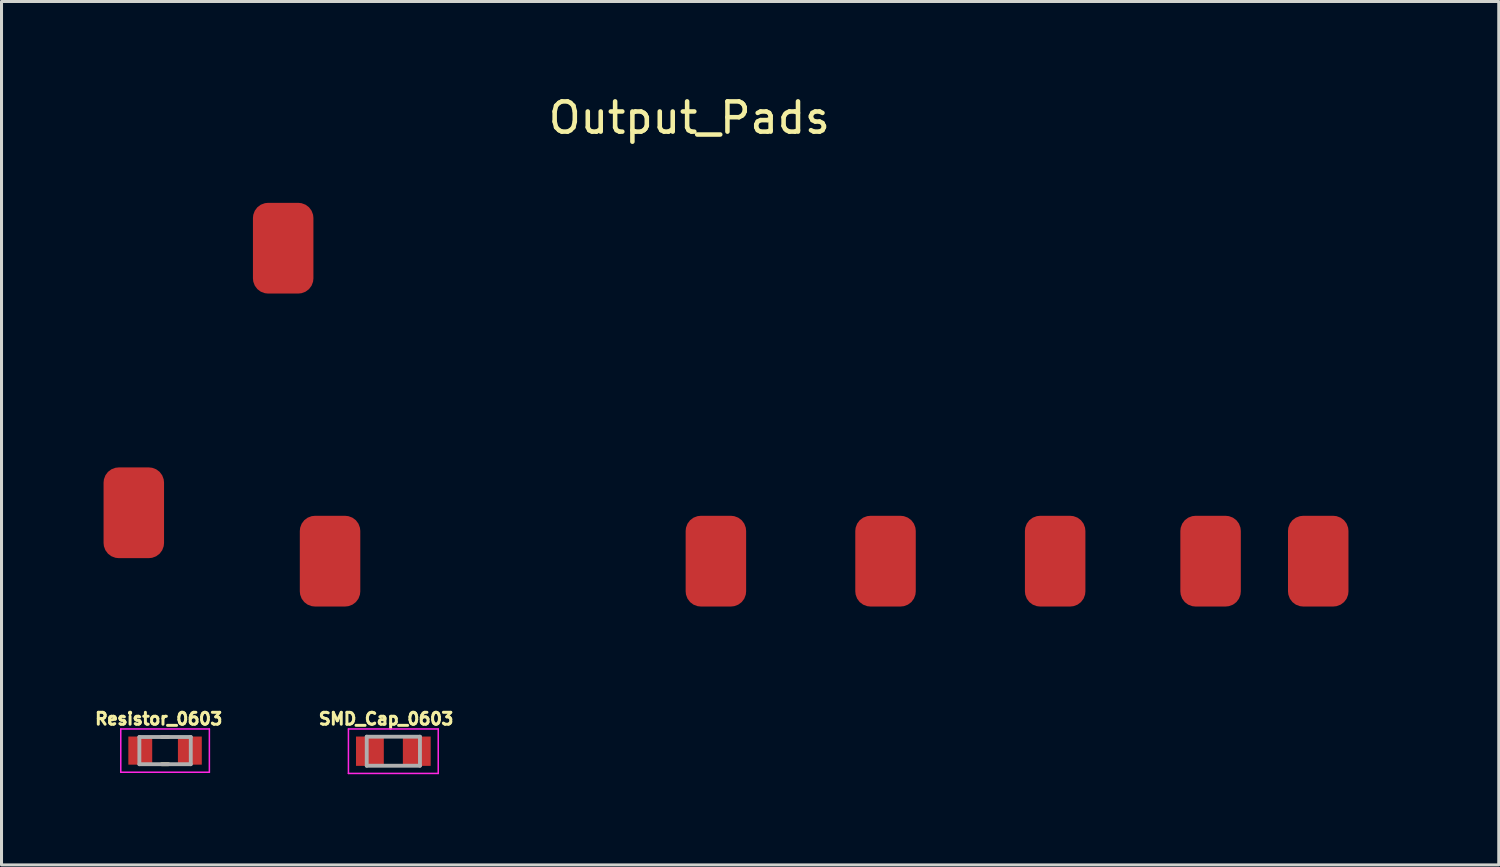
<source format=kicad_pcb>
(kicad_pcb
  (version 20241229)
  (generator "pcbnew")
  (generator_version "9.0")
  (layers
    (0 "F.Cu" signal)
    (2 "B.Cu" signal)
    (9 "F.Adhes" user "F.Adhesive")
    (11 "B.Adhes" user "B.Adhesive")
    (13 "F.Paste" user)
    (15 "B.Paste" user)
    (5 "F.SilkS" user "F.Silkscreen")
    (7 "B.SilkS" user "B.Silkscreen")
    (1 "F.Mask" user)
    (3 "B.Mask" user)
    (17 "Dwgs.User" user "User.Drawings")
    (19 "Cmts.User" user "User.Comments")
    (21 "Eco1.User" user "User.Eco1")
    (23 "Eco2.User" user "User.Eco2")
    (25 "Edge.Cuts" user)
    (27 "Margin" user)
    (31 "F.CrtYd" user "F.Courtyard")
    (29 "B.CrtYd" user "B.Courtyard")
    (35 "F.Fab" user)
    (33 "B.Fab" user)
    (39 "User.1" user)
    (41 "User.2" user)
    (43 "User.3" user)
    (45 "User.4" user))
  (footprint "SMD_Cap_0603"
    (layer "F.Cu")
    (at 9.958 21.793)
    (property "Reference" "SMD_Cap_0603" (at -0.24 -1.07 0) (layer "F.SilkS") (effects (font (size 0.394 0.394) (thickness 0.098))))
    (attr through_hole)
    (fp_line (start -1.485 -0.735) (end 1.485 -0.735) (stroke (width 0.05) (type solid)) (layer "F.CrtYd"))
    (fp_line (start -1.485 0.735) (end -1.485 -0.735) (stroke (width 0.05) (type solid)) (layer "F.CrtYd"))
    (fp_line (start -1.485 0.735) (end 1.485 0.735) (stroke (width 0.05) (type solid)) (layer "F.CrtYd"))
    (fp_line (start 1.485 0.735) (end 1.485 -0.735) (stroke (width 0.05) (type solid)) (layer "F.CrtYd"))
    (fp_line (start -0.88 0.48) (end -0.88 -0.48) (stroke (width 0.127) (type solid)) (layer "F.Fab"))
    (fp_line (start 0.88 -0.48) (end -0.88 -0.48) (stroke (width 0.127) (type solid)) (layer "F.Fab"))
    (fp_line (start 0.88 0.48) (end -0.88 0.48) (stroke (width 0.127) (type solid)) (layer "F.Fab"))
    (fp_line (start 0.88 0.48) (end 0.88 -0.48) (stroke (width 0.127) (type solid)) (layer "F.Fab"))
    (pad "1" smd rect (at -0.775 0) (size 0.92 0.97) (layers "F.Cu" "F.Mask" "F.Paste"))
    (pad "2" smd rect (at 0.775 0) (size 0.92 0.97) (layers "F.Cu" "F.Mask" "F.Paste")))
  (footprint "Resistor_0603"
    (layer "F.Cu")
    (at 2.409 21.773)
    (property "Reference" "Resistor_0603" (at -0.21 -1.05 0) (layer "F.SilkS") (effects (font (size 0.394 0.394) (thickness 0.098))))
    (attr through_hole)
    (fp_line (start -0.11 -0.45) (end 0.11 -0.45) (stroke (width 0.127) (type solid)) (layer "F.SilkS"))
    (fp_line (start -0.11 0.45) (end 0.11 0.45) (stroke (width 0.127) (type solid)) (layer "F.SilkS"))
    (fp_line (start -1.465 -0.715) (end 1.465 -0.715) (stroke (width 0.05) (type solid)) (layer "F.CrtYd"))
    (fp_line (start -1.465 0.715) (end -1.465 -0.715) (stroke (width 0.05) (type solid)) (layer "F.CrtYd"))
    (fp_line (start -1.465 0.715) (end 1.465 0.715) (stroke (width 0.05) (type solid)) (layer "F.CrtYd"))
    (fp_line (start 1.465 0.715) (end 1.465 -0.715) (stroke (width 0.05) (type solid)) (layer "F.CrtYd"))
    (fp_line (start -0.85 0.45) (end -0.85 -0.45) (stroke (width 0.127) (type solid)) (layer "F.Fab"))
    (fp_line (start 0.85 -0.45) (end -0.85 -0.45) (stroke (width 0.127) (type solid)) (layer "F.Fab"))
    (fp_line (start 0.85 0.45) (end -0.85 0.45) (stroke (width 0.127) (type solid)) (layer "F.Fab"))
    (fp_line (start 0.85 0.45) (end 0.85 -0.45) (stroke (width 0.127) (type solid)) (layer "F.Fab"))
    (pad "1" smd rect (at -0.82 0) (size 0.79 0.93) (layers "F.Cu" "F.Mask" "F.Paste"))
    (pad "2" smd rect (at 0.82 0) (size 0.79 0.93) (layers "F.Cu" "F.Mask" "F.Paste")))
  (footprint "Output_Pads"
    (layer "F.Cu")
    (at 21.745 10.068)
    (property "Reference" "Output_Pads" (at -2 -9.22 0) (layer "F.SilkS") (effects (font (size 1 1) (thickness 0.15))))
    (attr through_hole)
    (fp_poly (pts (xy 21.765 7.247) (xy -21.74 7.247) (xy -21.74 5.235) (xy -18.42 5.235) (xy -18.42 5.89) (xy -16.651 5.89) (xy -16.651 5.235) (xy -18.42 5.235) (xy -21.74 5.235) (xy -21.74 4.195) (xy -9.452 4.195) (xy -9.43 4.465) (xy -9.366 4.717) (xy -9.264 4.948) (xy -9.127 5.155) (xy -8.959 5.335) (xy -8.764 5.484) (xy -8.546 5.601) (xy -8.309 5.682) (xy -8.057 5.724) (xy -7.793 5.724) (xy -7.527 5.681) (xy -7.316 5.609) (xy -7.107 5.499) (xy -6.915 5.362) (xy -6.752 5.205) (xy -6.707 5.15) (xy -6.566 4.926) (xy -6.465 4.683) (xy -6.406 4.428) (xy -6.389 4.166) (xy -6.414 3.906) (xy -6.483 3.653) (xy -6.548 3.502) (xy -6.69 3.27) (xy -6.864 3.074) (xy -7.072 2.912) (xy -7.278 2.8) (xy -7.445 2.733) (xy -7.603 2.691) (xy -7.773 2.67) (xy -7.921 2.666) (xy -8.192 2.687) (xy -8.439 2.747) (xy -8.666 2.85) (xy -8.878 2.998) (xy -9.005 3.114) (xy -9.181 3.319) (xy -9.312 3.537) (xy -9.399 3.772) (xy -9.444 4.028) (xy -9.452 4.195) (xy -21.74 4.195) (xy -21.74 1.672) (xy -20.431 1.672) (xy -20.431 2.206) (xy -18.808 2.206) (xy -18.808 1.672) (xy -20.431 1.672) (xy -21.74 1.672) (xy -21.74 -0.291) (xy -18.42 -0.291) (xy -18.42 0.388) (xy -16.651 0.388) (xy -16.651 -0.291) (xy -18.42 -0.291) (xy -21.74 -0.291) (xy -21.74 -2.229) (xy -7.395 -2.229) (xy -7.391 -2.027) (xy -7.367 -1.878) (xy -7.288 -1.652) (xy -7.169 -1.446) (xy -7.014 -1.266) (xy -6.829 -1.117) (xy -6.619 -1.005) (xy -6.398 -0.935) (xy -6.226 -0.906) (xy -6.07 -0.902) (xy -5.904 -0.923) (xy -5.853 -0.933) (xy -5.618 -1.007) (xy -5.405 -1.121) (xy -5.221 -1.271) (xy -5.067 -1.454) (xy -4.95 -1.666) (xy -4.883 -1.859) (xy -4.859 -1.999) (xy -4.849 -2.162) (xy -4.854 -2.328) (xy -4.873 -2.476) (xy -4.883 -2.517) (xy -4.967 -2.745) (xy -5.091 -2.948) (xy -5.248 -3.123) (xy -5.434 -3.266) (xy -5.645 -3.373) (xy -5.874 -3.441) (xy -6.116 -3.466) (xy -6.124 -3.466) (xy -6.374 -3.443) (xy -6.606 -3.376) (xy -6.818 -3.265) (xy -7.006 -3.114) (xy -7.169 -2.923) (xy -7.252 -2.794) (xy -7.324 -2.628) (xy -7.372 -2.435) (xy -7.395 -2.229) (xy -21.74 -2.229) (xy -21.74 -3.975) (xy -20.431 -3.975) (xy -20.431 -3.32) (xy -18.638 -3.32) (xy -18.638 -3.975) (xy -20.431 -3.975) (xy -21.74 -3.975) (xy -21.74 -4.896) (xy 0.772 -4.896) (xy 0.82 -4.817) (xy 0.841 -4.782) (xy 0.883 -4.709) (xy 0.945 -4.602) (xy 1.025 -4.465) (xy 1.12 -4.301) (xy 1.228 -4.115) (xy 1.346 -3.911) (xy 1.473 -3.692) (xy 1.606 -3.462) (xy 2.344 -2.185) (xy 1.631 -0.953) (xy 1.499 -0.726) (xy 1.373 -0.507) (xy 1.254 -0.302) (xy 1.146 -0.115) (xy 1.05 0.05) (xy 0.97 0.19) (xy 0.907 0.299) (xy 0.864 0.374) (xy 0.845 0.406) (xy 0.772 0.533) (xy 11.646 0.533) (xy 12.432 -0.827) (xy 12.596 -1.111) (xy 12.736 -1.357) (xy 12.855 -1.565) (xy 12.954 -1.74) (xy 13.033 -1.883) (xy 13.095 -1.998) (xy 13.141 -2.086) (xy 13.172 -2.151) (xy 13.189 -2.195) (xy 13.193 -2.215) (xy 17.615 -2.215) (xy 17.633 -1.961) (xy 17.691 -1.731) (xy 17.792 -1.523) (xy 17.936 -1.332) (xy 17.983 -1.283) (xy 18.175 -1.122) (xy 18.387 -1.005) (xy 18.615 -0.932) (xy 18.856 -0.904) (xy 19.105 -0.923) (xy 19.159 -0.933) (xy 19.394 -1.007) (xy 19.607 -1.121) (xy 19.792 -1.271) (xy 19.945 -1.454) (xy 20.062 -1.666) (xy 20.129 -1.859) (xy 20.153 -1.999) (xy 20.163 -2.162) (xy 20.158 -2.328) (xy 20.139 -2.476) (xy 20.13 -2.517) (xy 20.045 -2.746) (xy 19.919 -2.951) (xy 19.758 -3.128) (xy 19.565 -3.273) (xy 19.345 -3.382) (xy 19.195 -3.43) (xy 19.034 -3.456) (xy 18.849 -3.46) (xy 18.663 -3.444) (xy 18.494 -3.407) (xy 18.458 -3.395) (xy 18.236 -3.292) (xy 18.043 -3.152) (xy 17.881 -2.98) (xy 17.754 -2.782) (xy 17.667 -2.562) (xy 17.621 -2.325) (xy 17.615 -2.215) (xy 13.193 -2.215) (xy 13.195 -2.22) (xy 13.193 -2.226) (xy 13.177 -2.254) (xy 13.139 -2.32) (xy 13.081 -2.42) (xy 13.005 -2.551) (xy 12.913 -2.71) (xy 12.808 -2.892) (xy 12.691 -3.094) (xy 12.565 -3.312) (xy 12.432 -3.542) (xy 12.41 -3.581) (xy 11.65 -4.896) (xy 0.772 -4.896) (xy -21.74 -4.896) (xy -21.74 -6.398) (xy -18.42 -6.398) (xy -18.42 -5.72) (xy -16.651 -5.72) (xy -16.651 -6.398) (xy -18.42 -6.398) (xy -21.74 -6.398) (xy -21.74 -7.223) (xy 21.765 -7.223) (xy 21.765 7.247)) (stroke (width 0.01) (type solid)) (fill no) (layer "Eco1.User"))
    (pad "1" smd roundrect (at 10.1 5.44 180) (size 2 3) (layers "F.Cu" "F.Mask" "F.Paste") (roundrect_rratio 0.25))
    (pad "2" smd roundrect (at 4.49 5.44 180) (size 2 3) (layers "F.Cu" "F.Mask" "F.Paste") (roundrect_rratio 0.25))
    (pad "3" smd roundrect (at -1.12 5.44 180) (size 2 3) (layers "F.Cu" "F.Mask" "F.Paste") (roundrect_rratio 0.25))
    (pad "4" smd roundrect (at 15.24 5.44 180) (size 2 3) (layers "F.Cu" "F.Mask" "F.Paste") (roundrect_rratio 0.25))
    (pad "5" smd roundrect (at 18.8 5.44 180) (size 2 3) (layers "F.Cu" "F.Mask" "F.Paste") (roundrect_rratio 0.25))
    (pad "6" smd roundrect (at -13.88 5.44 180) (size 2 3) (layers "F.Cu" "F.Mask" "F.Paste") (roundrect_rratio 0.25))
    (pad "7" smd roundrect (at -20.37 3.84 180) (size 2 3) (layers "F.Cu" "F.Mask" "F.Paste") (roundrect_rratio 0.25))
    (pad "8" smd roundrect (at -15.43 -4.91 180) (size 2 3) (layers "F.Cu" "F.Mask" "F.Paste") (roundrect_rratio 0.25)))
  (gr_rect
    (start -3 -3)
    (end 46.515 25.553)
    (stroke (width 0.1) (type default))
    (fill no)
    (layer "Edge.Cuts")))
</source>
